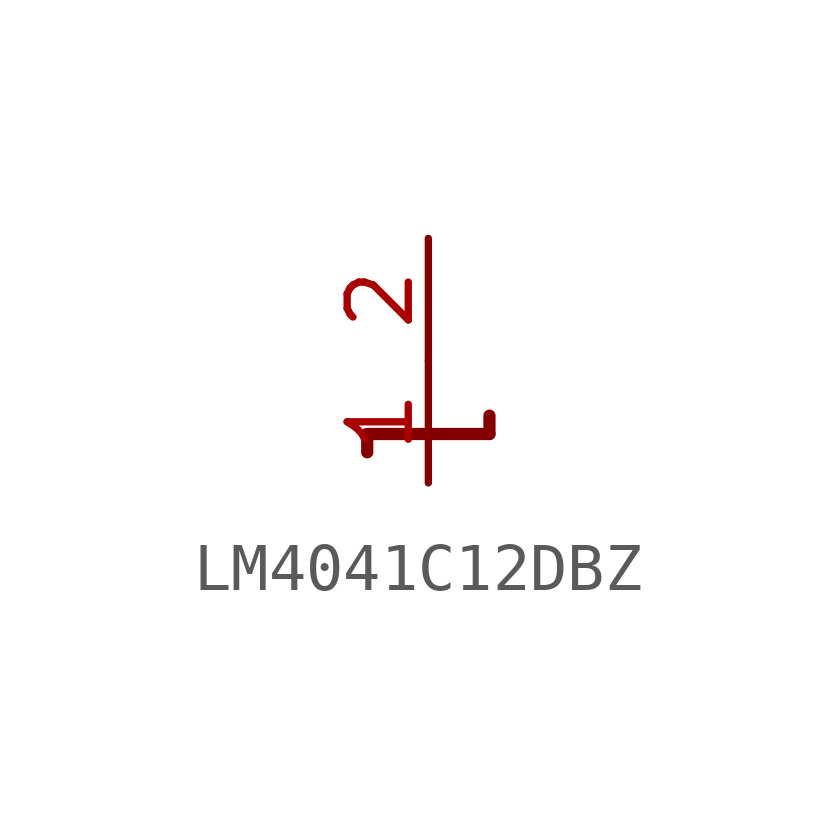
<source format=kicad_sym>
(kicad_symbol_lib
  (version 20231120)
  (generator "kicad_symbol_editor")
  (generator_version "8.0")
  (symbol "LM4041C12DBZ"
    (property "Reference" "IC"
      (at 0 0 0)
      (effects (font (size 1.27 1.27)) (hide yes)))
    (property "ki_locked" ""
      (at 0 0 0)
      (effects (font (size 1.27 1.27))))
    (symbol "LM4041C12DBZ_1_0"
      (polyline (pts (xy -1.27 -0.952) (xy -1.27 -0.572)) (stroke (width 0.254) (type solid)) (fill (type none)))
      (polyline (pts (xy -1.27 -0.572) (xy 0 -0.572)) (stroke (width 0.254) (type solid)) (fill (type none)))
      (polyline (pts (xy 0 -0.572) (xy 1.27 -0.572)) (stroke (width 0.254) (type solid)) (fill (type none)))
      (polyline (pts (xy 1.27 -0.572) (xy 1.27 -0.191)) (stroke (width 0.254) (type solid)) (fill (type none)))
      (pin passive line (at 0 -1.588 90) (length 2.54) (name "C" (effects (font (size 0 0)))) (number "1" (effects (font (size 1.27 1.27)))))
      (pin passive line (at 0 3.492 270) (length 2.54) (name "A" (effects (font (size 0 0)))) (number "2" (effects (font (size 1.27 1.27))))))))
</source>
